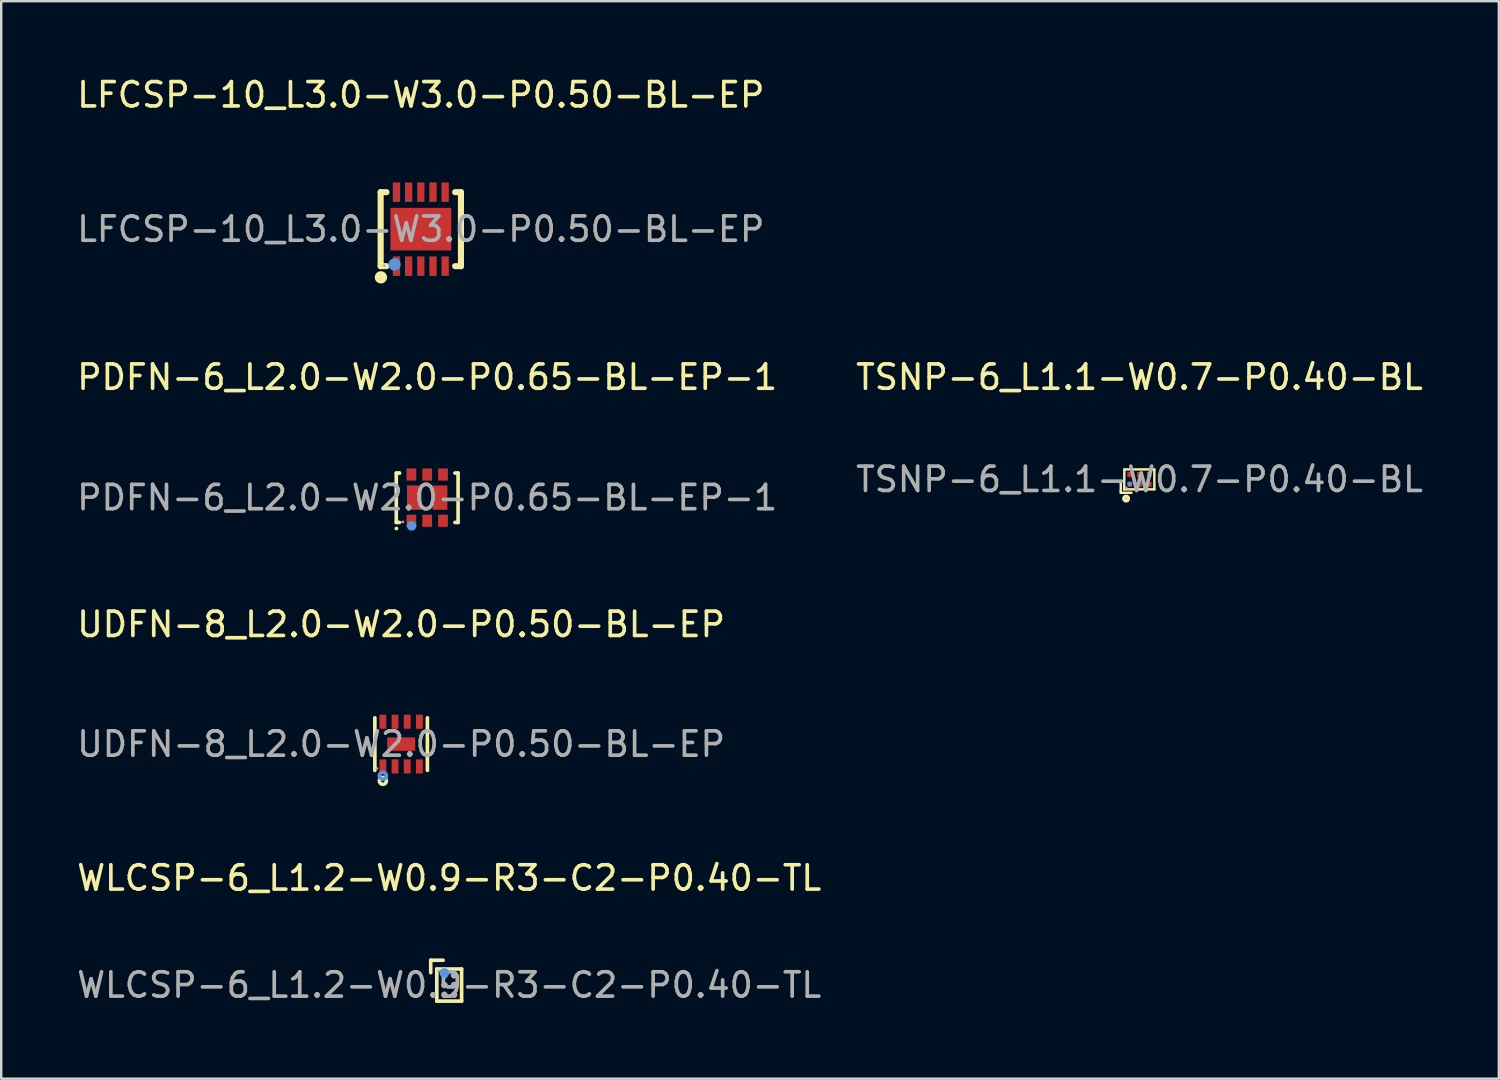
<source format=kicad_pcb>
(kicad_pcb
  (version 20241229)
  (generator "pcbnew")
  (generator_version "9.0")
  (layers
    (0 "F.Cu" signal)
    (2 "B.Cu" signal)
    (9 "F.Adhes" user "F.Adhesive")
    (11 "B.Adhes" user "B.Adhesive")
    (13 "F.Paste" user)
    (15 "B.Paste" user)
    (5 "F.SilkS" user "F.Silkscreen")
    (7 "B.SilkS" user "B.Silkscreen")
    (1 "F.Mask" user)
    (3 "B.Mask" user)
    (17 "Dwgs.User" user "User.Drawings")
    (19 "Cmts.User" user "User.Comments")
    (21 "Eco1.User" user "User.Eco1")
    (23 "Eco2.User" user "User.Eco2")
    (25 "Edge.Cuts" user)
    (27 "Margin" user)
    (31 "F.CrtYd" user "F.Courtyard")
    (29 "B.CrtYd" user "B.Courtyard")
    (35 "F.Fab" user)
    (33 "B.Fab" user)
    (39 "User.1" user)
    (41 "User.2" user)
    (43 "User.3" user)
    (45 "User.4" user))
  (footprint "PDFN-6_L2.0-W2.0-P0.65-BL-EP-1"
    (layer "F.Cu")
    (at 14.506 17.401)
    (property "Reference" "PDFN-6_L2.0-W2.0-P0.65-BL-EP-1" (at 0 -4.95 0) (layer "F.SilkS") (effects (font (size 1 1) (thickness 0.15))))
    (attr smd)
    (fp_line (start -1.27 -1.01) (end -1.27 1.02) (stroke (width 0.15) (type solid)) (layer "F.SilkS"))
    (fp_line (start -1.27 1.02) (end -1.14 1.02) (stroke (width 0.15) (type solid)) (layer "F.SilkS"))
    (fp_line (start -1.27 1.27) (end -1.26 1.27) (stroke (width 0.15) (type solid)) (layer "F.SilkS"))
    (fp_line (start -1.14 -1.01) (end -1.27 -1.01) (stroke (width 0.15) (type solid)) (layer "F.SilkS"))
    (fp_line (start -1.14 -1.01) (end -1.14 -1.01) (stroke (width 0.15) (type solid)) (layer "F.SilkS"))
    (fp_line (start 1.14 1.02) (end 1.27 1.02) (stroke (width 0.15) (type solid)) (layer "F.SilkS"))
    (fp_line (start 1.27 -1.01) (end 1.14 -1.01) (stroke (width 0.15) (type solid)) (layer "F.SilkS"))
    (fp_line (start 1.27 -1.01) (end 1.27 1.02) (stroke (width 0.15) (type solid)) (layer "F.SilkS"))
    (fp_circle (center -0.64 1.16) (end -0.54 1.16) (stroke (width 0.2) (type solid)) (fill no) (layer "Cmts.User"))
    (fp_circle (center -1 1) (end -0.97 1) (stroke (width 0.06) (type solid)) (fill no) (layer "F.Fab"))
    (fp_text user "${REFERENCE}" (at 0 0 0) (layer "F.Fab") (effects (font (size 1 1) (thickness 0.15))))
    (pad "1" smd rect (at -0.65 0.95 180) (size 0.4 0.5) (layers "F.Cu" "F.Mask" "F.Paste"))
    (pad "2" smd rect (at 0 0.95 180) (size 0.4 0.5) (layers "F.Cu" "F.Mask" "F.Paste"))
    (pad "3" smd rect (at 0.53 0) (size 0.6 1) (layers "F.Cu" "F.Mask" "F.Paste"))
    (pad "3" smd rect (at 0.65 0.95 180) (size 0.4 0.5) (layers "F.Cu" "F.Mask" "F.Paste"))
    (pad "4" smd rect (at 0.65 -0.95 180) (size 0.4 0.5) (layers "F.Cu" "F.Mask" "F.Paste"))
    (pad "5" smd rect (at 0 -0.95 180) (size 0.4 0.5) (layers "F.Cu" "F.Mask" "F.Paste"))
    (pad "6" smd rect (at -0.65 -0.95 180) (size 0.4 0.5) (layers "F.Cu" "F.Mask" "F.Paste"))
    (pad "6" smd rect (at -0.53 0) (size 0.6 1) (layers "F.Cu" "F.Mask" "F.Paste")))
  (footprint "UDFN-8_L2.0-W2.0-P0.50-BL-EP"
    (layer "F.Cu")
    (at 13.435 27.53)
    (property "Reference" "UDFN-8_L2.0-W2.0-P0.50-BL-EP" (at 0 -4.92 0) (layer "F.SilkS") (effects (font (size 1 1) (thickness 0.15))))
    (attr smd)
    (fp_line (start -1.08 1.08) (end -1.08 -1.08) (stroke (width 0.15) (type solid)) (layer "F.SilkS"))
    (fp_line (start 1.08 1.08) (end 1.08 -1.08) (stroke (width 0.15) (type solid)) (layer "F.SilkS"))
    (fp_circle (center -0.75 1.51) (end -0.68 1.51) (stroke (width 0.15) (type solid)) (fill no) (layer "F.SilkS"))
    (fp_circle (center -0.75 1.3) (end -0.68 1.3) (stroke (width 0.15) (type solid)) (fill no) (layer "Cmts.User"))
    (fp_circle (center -1 1) (end -0.97 1) (stroke (width 0.06) (type solid)) (fill no) (layer "F.Fab"))
    (fp_text user "${REFERENCE}" (at 0 0 0) (layer "F.Fab") (effects (font (size 1 1) (thickness 0.15))))
    (pad "1" smd rect (at -0.75 0.92) (size 0.28 0.58) (layers "F.Cu" "F.Mask" "F.Paste"))
    (pad "2" smd rect (at -0.25 0.92) (size 0.28 0.58) (layers "F.Cu" "F.Mask" "F.Paste"))
    (pad "3" smd rect (at 0.25 0.92) (size 0.28 0.58) (layers "F.Cu" "F.Mask" "F.Paste"))
    (pad "4" smd rect (at 0.75 0.92) (size 0.28 0.58) (layers "F.Cu" "F.Mask" "F.Paste"))
    (pad "5" smd rect (at 0.75 -0.92) (size 0.28 0.58) (layers "F.Cu" "F.Mask" "F.Paste"))
    (pad "6" smd rect (at 0.25 -0.92) (size 0.28 0.58) (layers "F.Cu" "F.Mask" "F.Paste"))
    (pad "7" smd rect (at -0.25 -0.92) (size 0.28 0.58) (layers "F.Cu" "F.Mask" "F.Paste"))
    (pad "8" smd rect (at -0.75 -0.92) (size 0.28 0.58) (layers "F.Cu" "F.Mask" "F.Paste"))
    (pad "9" smd rect (at 0 0) (size 1.15 0.55) (layers "F.Cu" "F.Mask" "F.Paste")))
  (footprint "LFCSP-10_L3.0-W3.0-P0.50-BL-EP"
    (layer "F.Cu")
    (at 14.244 6.368)
    (property "Reference" "LFCSP-10_L3.0-W3.0-P0.50-BL-EP" (at 0 -5.52 0) (layer "F.SilkS") (effects (font (size 1 1) (thickness 0.15))))
    (attr smd)
    (fp_line (start -1.65 -1.52) (end -1.65 1.52) (stroke (width 0.25) (type solid)) (layer "F.SilkS"))
    (fp_line (start -1.65 1.52) (end -1.41 1.52) (stroke (width 0.25) (type solid)) (layer "F.SilkS"))
    (fp_line (start -1.41 -1.52) (end -1.65 -1.52) (stroke (width 0.25) (type solid)) (layer "F.SilkS"))
    (fp_line (start 1.41 1.52) (end 1.65 1.52) (stroke (width 0.25) (type solid)) (layer "F.SilkS"))
    (fp_line (start 1.65 -1.52) (end 1.41 -1.52) (stroke (width 0.25) (type solid)) (layer "F.SilkS"))
    (fp_line (start 1.65 1.52) (end 1.65 -1.52) (stroke (width 0.25) (type solid)) (layer "F.SilkS"))
    (fp_circle (center -1.64 1.98) (end -1.51 1.98) (stroke (width 0.25) (type solid)) (fill no) (layer "F.SilkS"))
    (fp_circle (center -1.08 1.45) (end -0.95 1.45) (stroke (width 0.25) (type solid)) (fill no) (layer "Cmts.User"))
    (fp_circle (center -1.5 1.5) (end -1.47 1.5) (stroke (width 0.06) (type solid)) (fill no) (layer "F.Fab"))
    (fp_text user "${REFERENCE}" (at 0 0 0) (layer "F.Fab") (effects (font (size 1 1) (thickness 0.15))))
    (pad "1" smd rect (at -1 1.52) (size 0.3 0.8) (layers "F.Cu" "F.Mask" "F.Paste"))
    (pad "2" smd rect (at -0.5 1.52) (size 0.3 0.8) (layers "F.Cu" "F.Mask" "F.Paste"))
    (pad "3" smd rect (at 0 1.52) (size 0.3 0.8) (layers "F.Cu" "F.Mask" "F.Paste"))
    (pad "4" smd rect (at 0.5 1.52) (size 0.3 0.8) (layers "F.Cu" "F.Mask" "F.Paste"))
    (pad "5" smd rect (at 1 1.52) (size 0.3 0.8) (layers "F.Cu" "F.Mask" "F.Paste"))
    (pad "6" smd rect (at 1 -1.52) (size 0.3 0.8) (layers "F.Cu" "F.Mask" "F.Paste"))
    (pad "7" smd rect (at 0.5 -1.52) (size 0.3 0.8) (layers "F.Cu" "F.Mask" "F.Paste"))
    (pad "8" smd rect (at 0 -1.52) (size 0.3 0.8) (layers "F.Cu" "F.Mask" "F.Paste"))
    (pad "9" smd rect (at -0.5 -1.52) (size 0.3 0.8) (layers "F.Cu" "F.Mask" "F.Paste"))
    (pad "10" smd rect (at -1 -1.52) (size 0.3 0.8) (layers "F.Cu" "F.Mask" "F.Paste"))
    (pad "11" smd rect (at 0 0) (size 2.5 1.75) (layers "F.Cu" "F.Mask" "F.Paste")))
  (footprint "TSNP-6_L1.1-W0.7-P0.40-BL"
    (layer "F.Cu")
    (at 43.78 16.651)
    (property "Reference" "TSNP-6_L1.1-W0.7-P0.40-BL" (at 0 -4.2 0) (layer "F.SilkS") (effects (font (size 1 1) (thickness 0.15))))
    (attr through_hole)
    (fp_line (start -0.77 0.09) (end -0.77 0.47) (stroke (width 0.1) (type solid)) (layer "F.SilkS"))
    (fp_line (start -0.77 0.47) (end -0.77 0.55) (stroke (width 0.1) (type solid)) (layer "F.SilkS"))
    (fp_line (start -0.77 0.55) (end -0.33 0.55) (stroke (width 0.1) (type solid)) (layer "F.SilkS"))
    (fp_line (start -0.63 0.41) (end -0.62 -0.41) (stroke (width 0.1) (type solid)) (layer "F.SilkS"))
    (fp_line (start -0.62 -0.41) (end 0.61 -0.41) (stroke (width 0.1) (type solid)) (layer "F.SilkS"))
    (fp_line (start 0.61 -0.4) (end 0.61 0.41) (stroke (width 0.1) (type solid)) (layer "F.SilkS"))
    (fp_line (start 0.61 0.41) (end -0.63 0.41) (stroke (width 0.1) (type solid)) (layer "F.SilkS"))
    (fp_circle (center -0.55 0.79) (end -0.46 0.79) (stroke (width 0.15) (type solid)) (fill no) (layer "F.SilkS"))
    (fp_circle (center -0.4 0.19) (end -0.35 0.19) (stroke (width 0.1) (type solid)) (fill no) (layer "Cmts.User"))
    (fp_circle (center -0.55 0.35) (end -0.52 0.35) (stroke (width 0.06) (type solid)) (fill no) (layer "F.Fab"))
    (fp_text user "${REFERENCE}" (at 0 0 0) (layer "F.Fab") (effects (font (size 1 1) (thickness 0.15))))
    (pad "1" smd rect (at -0.4 0.2 90) (size 0.2 0.2) (layers "F.Cu" "F.Mask" "F.Paste"))
    (pad "2" smd rect (at 0 0.2 90) (size 0.2 0.2) (layers "F.Cu" "F.Mask" "F.Paste"))
    (pad "3" smd rect (at 0.4 0.2 90) (size 0.2 0.2) (layers "F.Cu" "F.Mask" "F.Paste"))
    (pad "4" smd rect (at 0.4 -0.2 90) (size 0.2 0.2) (layers "F.Cu" "F.Mask" "F.Paste"))
    (pad "5" smd rect (at 0 -0.2 90) (size 0.2 0.2) (layers "F.Cu" "F.Mask" "F.Paste"))
    (pad "6" smd rect (at -0.4 -0.2 90) (size 0.2 0.2) (layers "F.Cu" "F.Mask" "F.Paste")))
  (footprint "WLCSP-6_L1.2-W0.9-R3-C2-P0.40-TL"
    (layer "F.Cu")
    (at 15.411 37.433)
    (property "Reference" "WLCSP-6_L1.2-W0.9-R3-C2-P0.40-TL" (at 0 -4.4 0) (layer "F.SilkS") (effects (font (size 1 1) (thickness 0.15))))
    (attr smd)
    (fp_line (start -0.76 -1.02) (end -0.25 -1.02) (stroke (width 0.15) (type solid)) (layer "F.SilkS"))
    (fp_line (start -0.76 -0.51) (end -0.76 -1.02) (stroke (width 0.15) (type solid)) (layer "F.SilkS"))
    (fp_line (start -0.51 -0.66) (end 0.51 -0.66) (stroke (width 0.15) (type solid)) (layer "F.SilkS"))
    (fp_line (start -0.51 0.66) (end -0.51 -0.66) (stroke (width 0.15) (type solid)) (layer "F.SilkS"))
    (fp_line (start 0.51 -0.66) (end 0.51 0.66) (stroke (width 0.15) (type solid)) (layer "F.SilkS"))
    (fp_line (start 0.51 0.66) (end -0.51 0.66) (stroke (width 0.15) (type solid)) (layer "F.SilkS"))
    (fp_circle (center -0.2 -0.5) (end -0.1 -0.5) (stroke (width 0.2) (type solid)) (fill no) (layer "Cmts.User"))
    (fp_circle (center -0.44 -0.58) (end -0.41 -0.58) (stroke (width 0.06) (type solid)) (fill no) (layer "F.Fab"))
    (fp_circle (center -0.2 -0.4) (end -0.13 -0.4) (stroke (width 0.13) (type solid)) (fill no) (layer "F.Fab"))
    (fp_circle (center -0.2 0) (end -0.13 0) (stroke (width 0.13) (type solid)) (fill no) (layer "F.Fab"))
    (fp_circle (center -0.2 0.4) (end -0.13 0.4) (stroke (width 0.13) (type solid)) (fill no) (layer "F.Fab"))
    (fp_circle (center 0.2 -0.4) (end 0.27 -0.4) (stroke (width 0.13) (type solid)) (fill no) (layer "F.Fab"))
    (fp_circle (center 0.2 0) (end 0.27 0) (stroke (width 0.13) (type solid)) (fill no) (layer "F.Fab"))
    (fp_circle (center 0.2 0.4) (end 0.27 0.4) (stroke (width 0.13) (type solid)) (fill no) (layer "F.Fab"))
    (fp_text user "${REFERENCE}" (at 0 0 0) (layer "F.Fab") (effects (font (size 1 1) (thickness 0.15))))
    (pad "A1" smd circle (at -0.2 -0.4) (size 0.21 0.21) (layers "F.Cu" "F.Mask" "F.Paste"))
    (pad "A2" smd circle (at 0.2 -0.4) (size 0.21 0.21) (layers "F.Cu" "F.Mask" "F.Paste"))
    (pad "B1" smd circle (at -0.2 0) (size 0.21 0.21) (layers "F.Cu" "F.Mask" "F.Paste"))
    (pad "B2" smd circle (at 0.2 0) (size 0.21 0.21) (layers "F.Cu" "F.Mask" "F.Paste"))
    (pad "C1" smd circle (at -0.2 0.4) (size 0.21 0.21) (layers "F.Cu" "F.Mask" "F.Paste"))
    (pad "C2" smd circle (at 0.2 0.4) (size 0.21 0.21) (layers "F.Cu" "F.Mask" "F.Paste")))
  (gr_rect
    (start -3 -3)
    (end 58.548 41.281)
    (stroke (width 0.1) (type default))
    (fill no)
    (layer "Edge.Cuts")))
</source>
